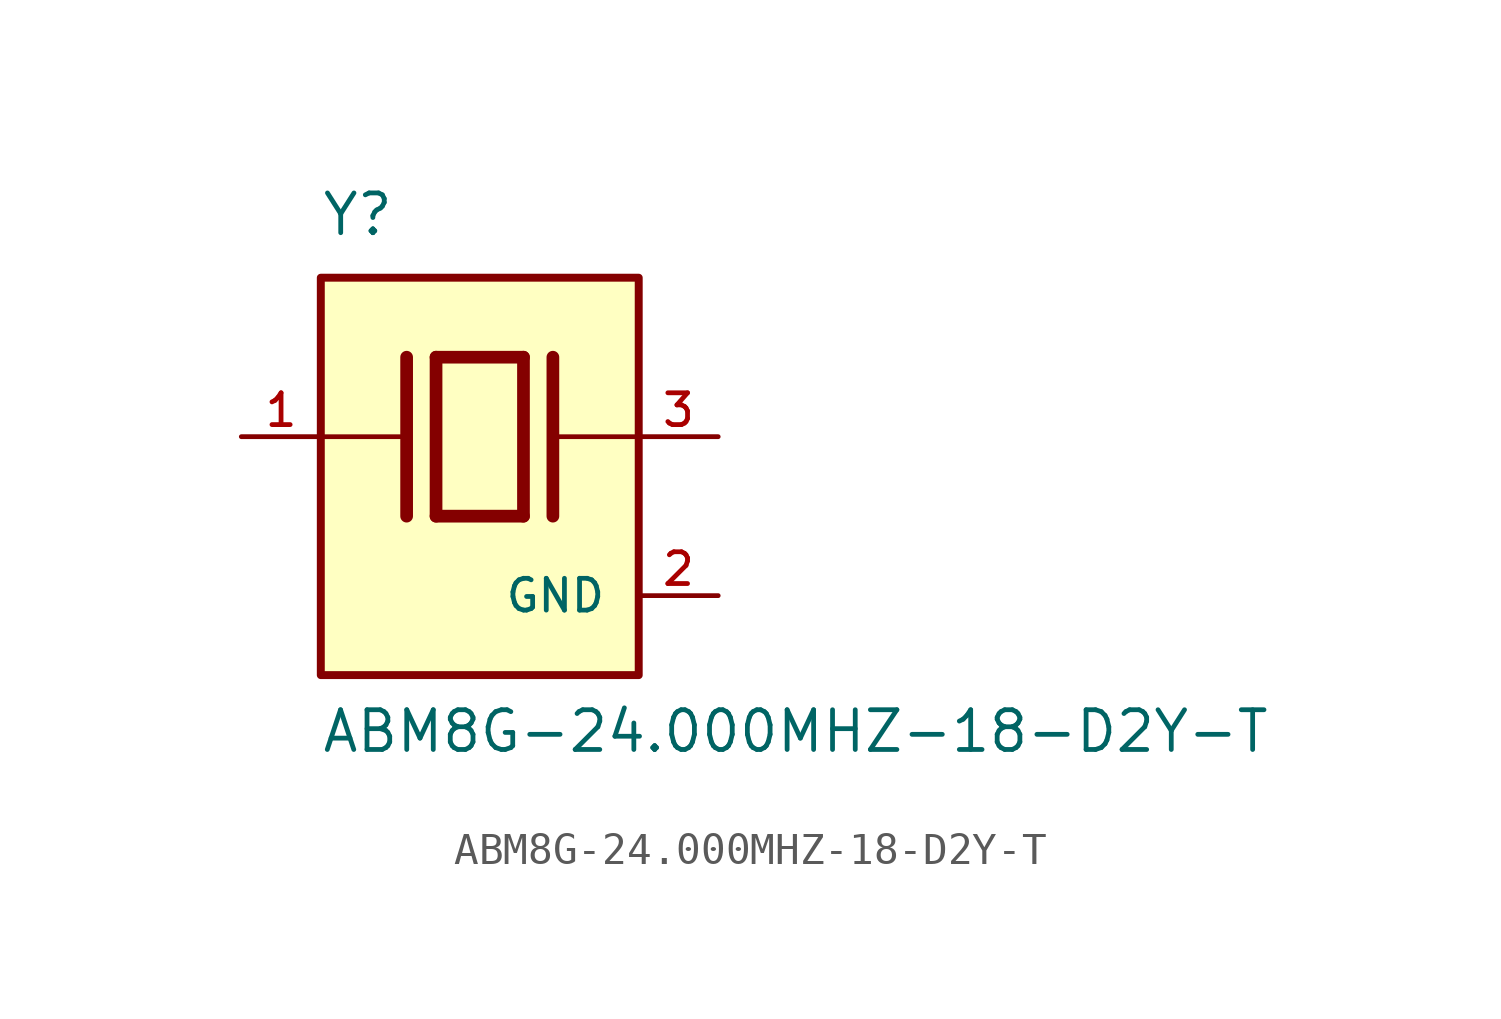
<source format=kicad_sym>
(kicad_symbol_lib
  (version 20211014)
  (generator kicad_symbol_editor)
  (symbol "ABM8G-24.000MHZ-18-D2Y-T"
    (pin_names
      (offset 1.016))
    (property "Reference" "Y"
      (at -5.088 6.356 0)
      (effects (font (size 1.27 1.27)) (justify bottom left)))
    (property "Value" "ABM8G-24.000MHZ-18-D2Y-T"
      (at -5.094 -10.16 0)
      (effects (font (size 1.27 1.27)) (justify bottom left)))
    (symbol "ABM8G-24.000MHZ-18-D2Y-T_0_0"
      (polyline (pts (xy -1.397 2.54) (xy 1.397 2.54)) (stroke (width 0.406)))
      (polyline (pts (xy 1.397 2.54) (xy 1.397 -2.54)) (stroke (width 0.406)))
      (polyline (pts (xy 1.397 -2.54) (xy -1.397 -2.54)) (stroke (width 0.406)))
      (polyline (pts (xy -1.397 2.54) (xy -1.397 -2.54)) (stroke (width 0.406)))
      (polyline (pts (xy 2.337 2.54) (xy 2.337 -2.54)) (stroke (width 0.406)))
      (polyline (pts (xy -2.337 2.54) (xy -2.337 -2.54)) (stroke (width 0.406)))
      (polyline (pts (xy -5.08 0.0) (xy -2.54 0.0)) (stroke (width 0.152)))
      (polyline (pts (xy 2.54 0.0) (xy 5.08 0.0)) (stroke (width 0.152)))
      (rectangle (start -5.08 -7.62) (end 5.08 5.08) (stroke (width 0.254)) (fill (type background)))
      (pin passive line (at 7.62 0.0 180.0) (length 2.54) (name "~" (effects (font (size 1.016 1.016)))) (number "3" (effects (font (size 1.016 1.016)))))
      (pin passive line (at -7.62 0.0 0) (length 2.54) (name "~" (effects (font (size 1.016 1.016)))) (number "1" (effects (font (size 1.016 1.016)))))
      (pin power_in line (at 7.62 -5.08 180.0) (length 2.54) (name "GND" (effects (font (size 1.016 1.016)))) (number "2" (effects (font (size 1.016 1.016)))))
      (pin power_in line (at 7.62 -5.08 180.0) (length 2.54) hide (name "GND" (effects (font (size 1.016 1.016)))) (number "4" (effects (font (size 1.016 1.016))))))))
</source>
